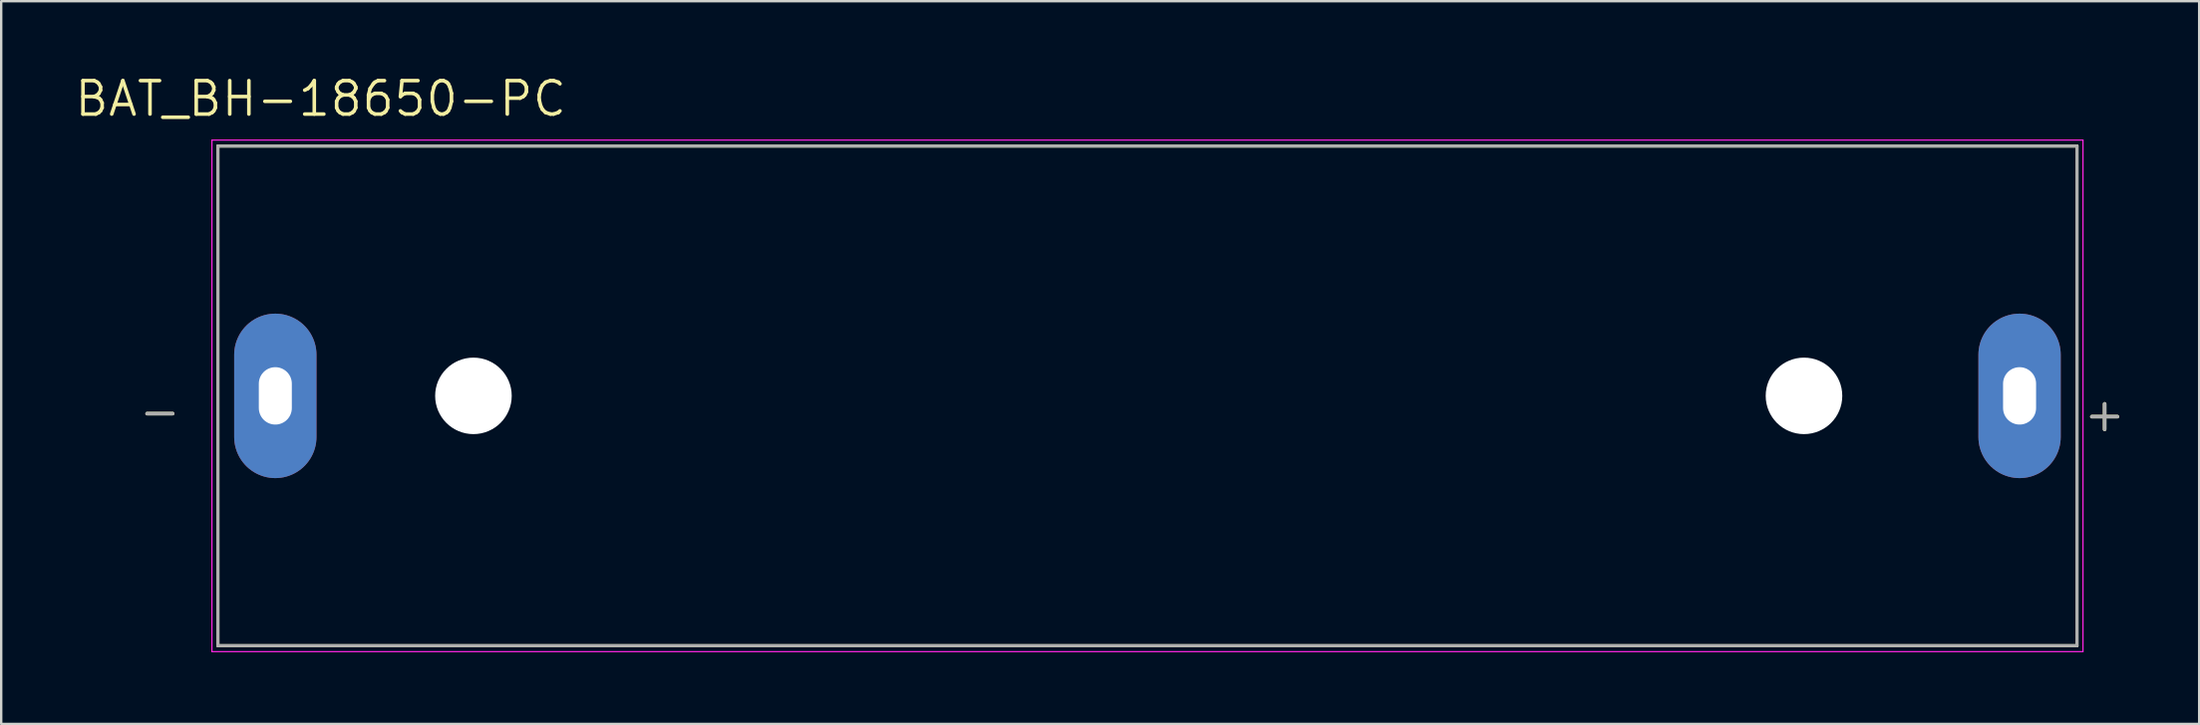
<source format=kicad_pcb>
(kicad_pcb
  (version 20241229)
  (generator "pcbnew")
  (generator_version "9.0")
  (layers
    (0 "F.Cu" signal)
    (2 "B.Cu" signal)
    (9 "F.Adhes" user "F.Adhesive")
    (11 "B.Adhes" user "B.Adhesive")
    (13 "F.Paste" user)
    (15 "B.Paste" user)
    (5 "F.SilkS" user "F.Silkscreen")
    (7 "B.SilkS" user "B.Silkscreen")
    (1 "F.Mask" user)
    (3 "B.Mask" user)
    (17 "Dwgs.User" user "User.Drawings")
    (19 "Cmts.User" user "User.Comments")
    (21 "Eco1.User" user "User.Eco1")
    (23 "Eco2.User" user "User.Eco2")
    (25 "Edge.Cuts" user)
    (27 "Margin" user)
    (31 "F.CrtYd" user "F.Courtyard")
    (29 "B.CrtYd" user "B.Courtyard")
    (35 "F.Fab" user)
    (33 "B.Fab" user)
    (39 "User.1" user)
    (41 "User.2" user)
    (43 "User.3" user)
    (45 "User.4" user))
  (footprint "BAT_BH-18650-PC"
    (layer "F.Cu")
    (at 44.907 13.511)
    (property "Reference" "BAT_BH-18650-PC" (at -34.555 -12.429 0) (layer "F.SilkS") (effects (font (size 1.4 1.4) (thickness 0.15))))
    (attr through_hole)
    (fp_line (start -38.85 -10.45) (end -38.85 10.45) (stroke (width 0.127) (type solid)) (layer "F.SilkS"))
    (fp_line (start -38.85 10.45) (end 38.85 10.45) (stroke (width 0.127) (type solid)) (layer "F.SilkS"))
    (fp_line (start 38.85 -10.45) (end -38.85 -10.45) (stroke (width 0.127) (type solid)) (layer "F.SilkS"))
    (fp_line (start 38.85 10.45) (end 38.85 -10.45) (stroke (width 0.127) (type solid)) (layer "F.SilkS"))
    (fp_line (start -39.1 -10.7) (end -39.1 10.7) (stroke (width 0.05) (type solid)) (layer "F.CrtYd"))
    (fp_line (start -39.1 10.7) (end 39.1 10.7) (stroke (width 0.05) (type solid)) (layer "F.CrtYd"))
    (fp_line (start 39.1 -10.7) (end -39.1 -10.7) (stroke (width 0.05) (type solid)) (layer "F.CrtYd"))
    (fp_line (start 39.1 10.7) (end 39.1 -10.7) (stroke (width 0.05) (type solid)) (layer "F.CrtYd"))
    (fp_line (start -38.85 -10.45) (end -38.85 10.45) (stroke (width 0.127) (type solid)) (layer "F.Fab"))
    (fp_line (start -38.85 10.45) (end 38.85 10.45) (stroke (width 0.127) (type solid)) (layer "F.Fab"))
    (fp_line (start 38.85 -10.45) (end -38.85 -10.45) (stroke (width 0.127) (type solid)) (layer "F.Fab"))
    (fp_line (start 38.85 10.45) (end 38.85 -10.45) (stroke (width 0.127) (type solid)) (layer "F.Fab"))
    (fp_text user "-" (at -41.275 0.635 0) (layer "F.SilkS") (effects (font (size 1.4 1.4) (thickness 0.15))))
    (fp_text user "+" (at 40.005 0.762 0) (layer "F.SilkS") (effects (font (size 1.4 1.4) (thickness 0.15))))
    (fp_text user "+" (at 40.005 0.762 0) (layer "F.Fab") (effects (font (size 1.4 1.4) (thickness 0.15))))
    (fp_text user "-" (at -41.275 0.635 0) (layer "F.Fab") (effects (font (size 1.4 1.4) (thickness 0.15))))
    (pad "" np_thru_hole circle (at -28.17 0) (size 3.2 3.2) (drill 3.2) (layers "*.Cu" "*.Mask"))
    (pad "" np_thru_hole circle (at 27.44 0) (size 3.2 3.2) (drill 3.2) (layers "*.Cu" "*.Mask"))
    (pad "N" thru_hole oval (at -36.45 0) (size 3.44 6.88) (drill oval 1.38 2.4) (layers "*.Cu" "*.Mask"))
    (pad "P" thru_hole oval (at 36.45 0) (size 3.44 6.88) (drill oval 1.38 2.4) (layers "*.Cu" "*.Mask")))
  (gr_rect
    (start -3 -3)
    (end 88.863 27.236)
    (stroke (width 0.1) (type default))
    (fill no)
    (layer "Edge.Cuts")))
</source>
